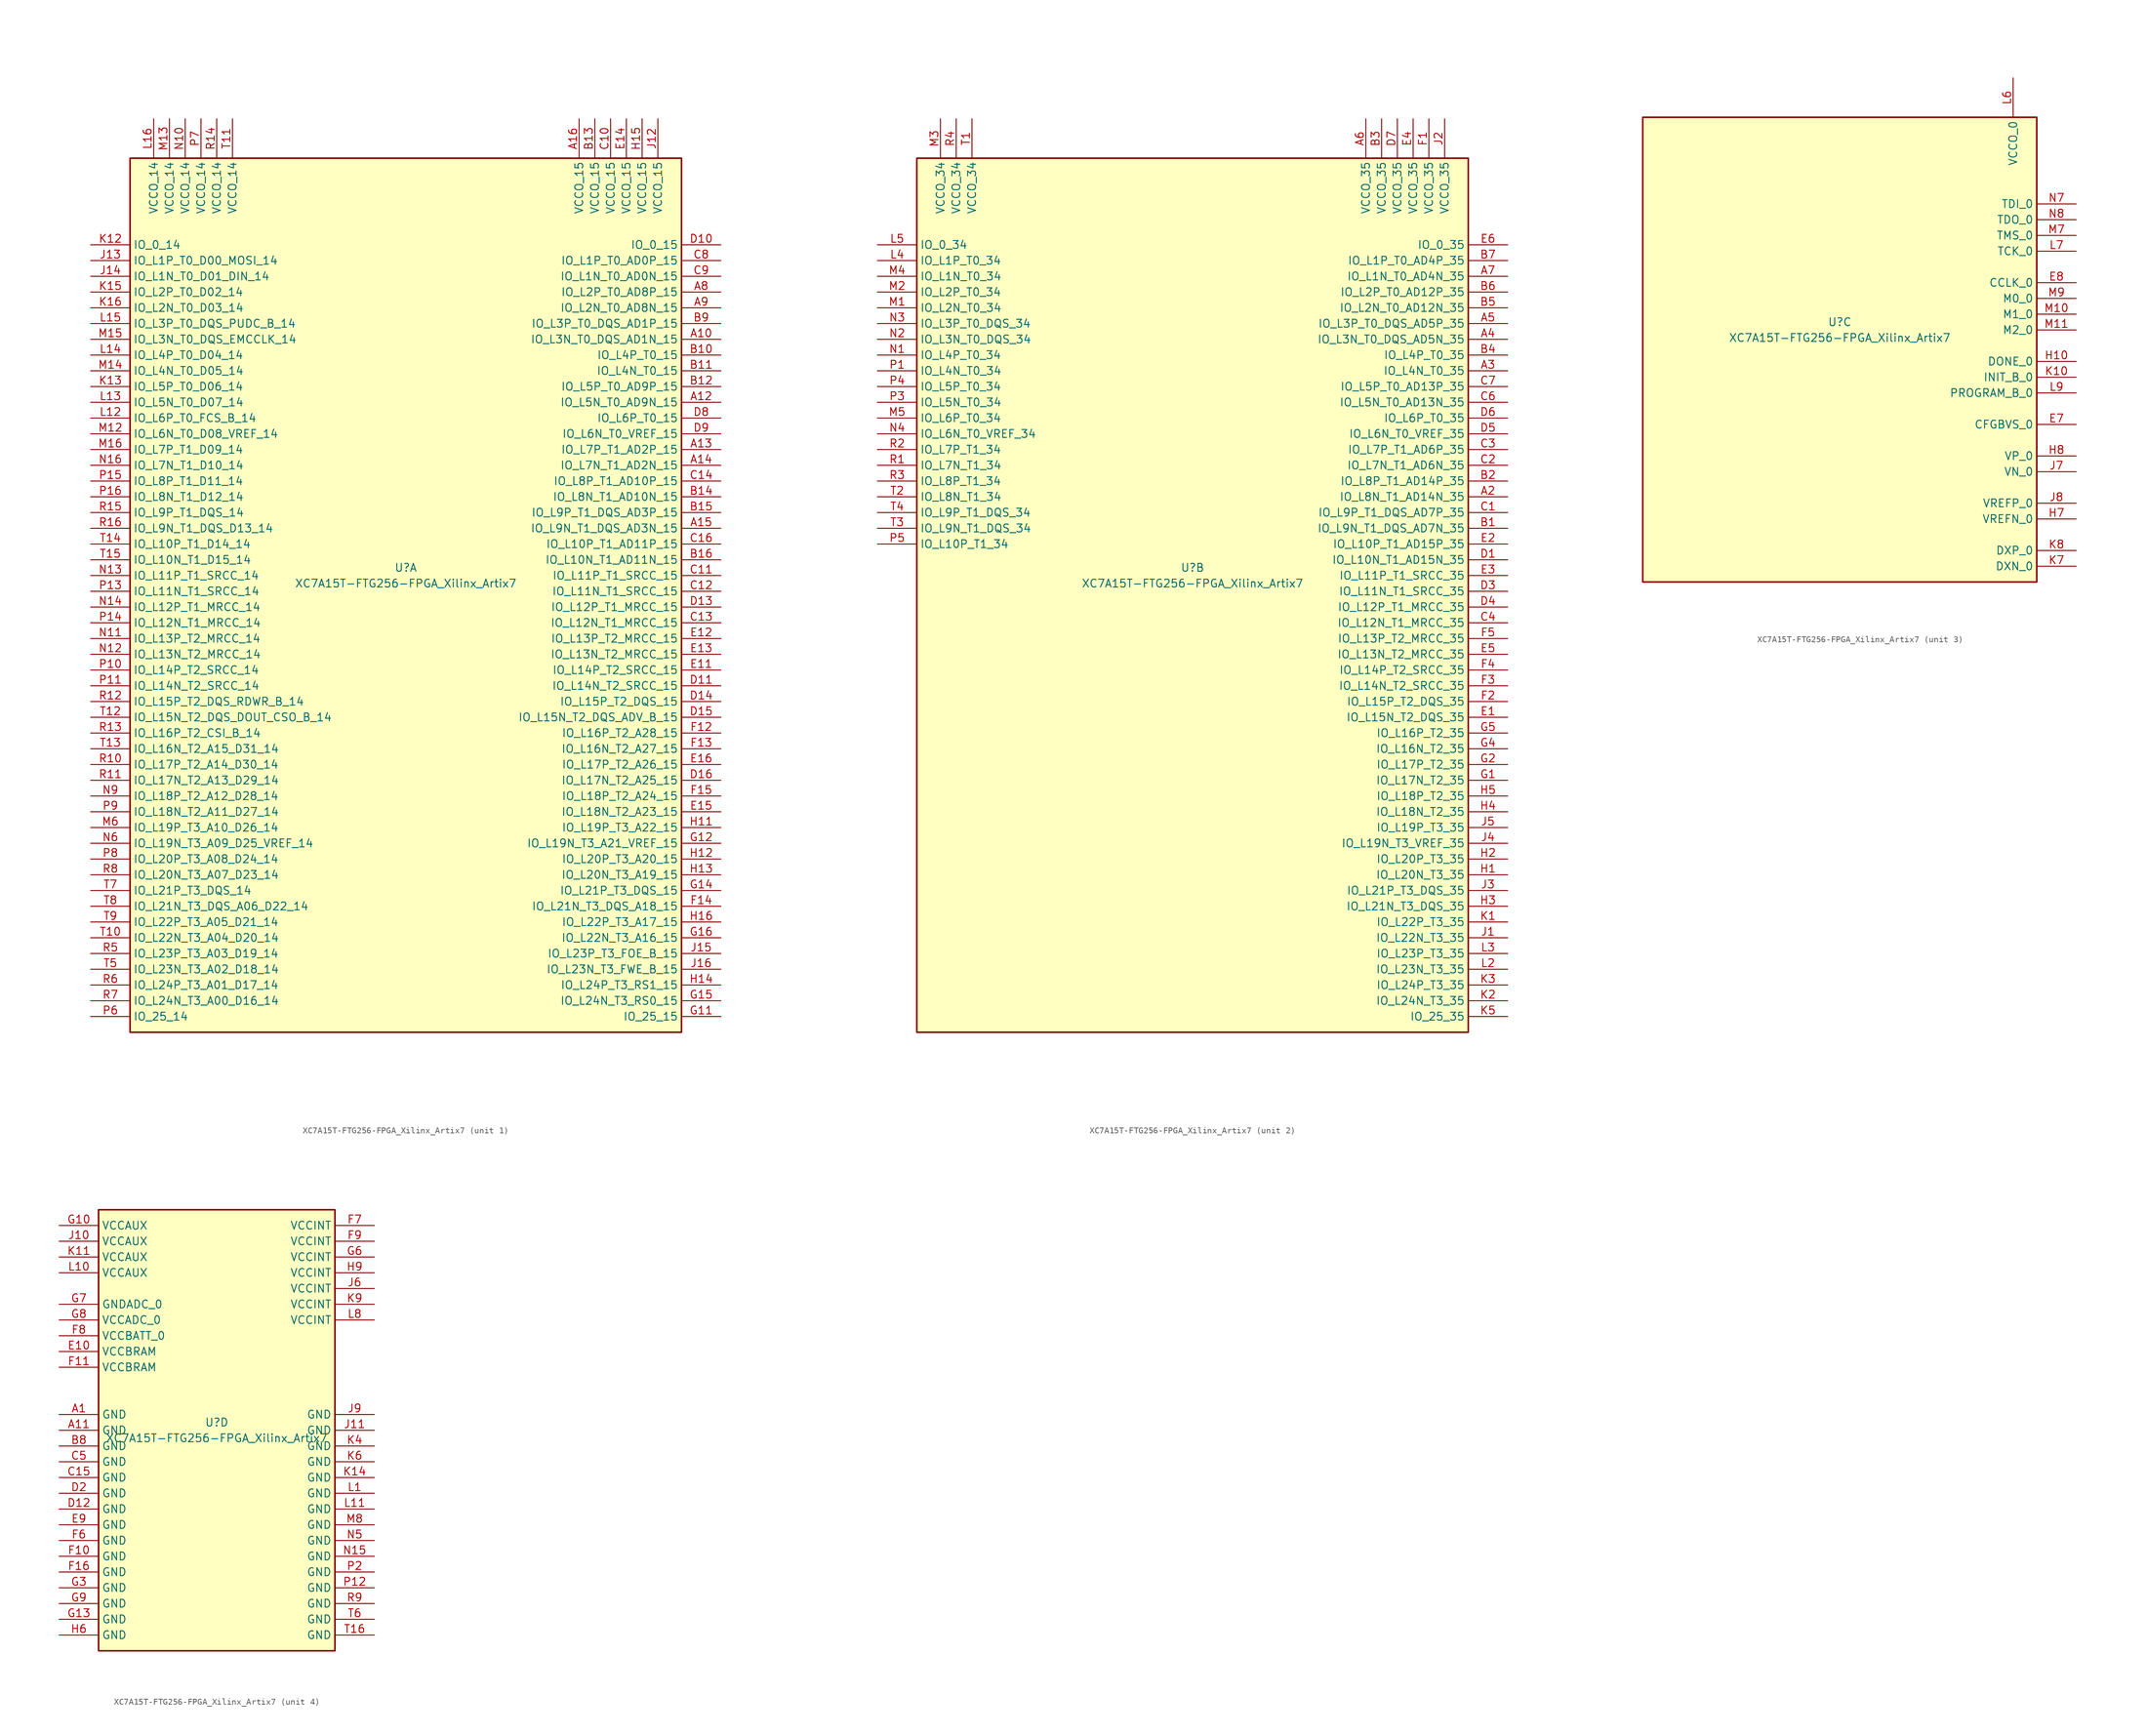
<source format=kicad_sym>
(kicad_symbol_lib
  (version 20200126)
  (host kicad_symbol_editor "(5.99.0-2809-gaceed2b0a4)")
  (symbol "LCD_Board-rescue:XC7A15T-FTG256-FPGA_Xilinx_Artix7"
    (property "Reference" "U"
      (at 0 1.27 0)
      (effects (font (size 1.27 1.27))))
    (property "Value" "XC7A15T-FTG256-FPGA_Xilinx_Artix7"
      (at 0 -1.27 0)
      (effects (font (size 1.27 1.27))))
    (property "Datasheet" ""
      (at 0 0 0)
      (effects (font (size 1.27 1.27))))
    (property "ki_locked" ""
      (at 0 0 0)
      (effects (font (size 1.27 1.27))))
    (symbol "XC7A15T-FTG256-FPGA_Xilinx_Artix7_1_1"
      (rectangle (start -44.45 67.31) (end 44.45 -73.66) (stroke (width 0.254)) (fill (type background)))
      (pin bidirectional line (at 50.8 38.1 180) (length 6.35) (name "IO_L3N_T0_DQS_AD1N_15" (effects (font (size 1.27 1.27)))) (number "A10" (effects (font (size 1.27 1.27)))))
      (pin bidirectional line (at 50.8 27.94 180) (length 6.35) (name "IO_L5N_T0_AD9N_15" (effects (font (size 1.27 1.27)))) (number "A12" (effects (font (size 1.27 1.27)))))
      (pin bidirectional line (at 50.8 20.32 180) (length 6.35) (name "IO_L7P_T1_AD2P_15" (effects (font (size 1.27 1.27)))) (number "A13" (effects (font (size 1.27 1.27)))))
      (pin bidirectional line (at 50.8 17.78 180) (length 6.35) (name "IO_L7N_T1_AD2N_15" (effects (font (size 1.27 1.27)))) (number "A14" (effects (font (size 1.27 1.27)))))
      (pin bidirectional line (at 50.8 7.62 180) (length 6.35) (name "IO_L9N_T1_DQS_AD3N_15" (effects (font (size 1.27 1.27)))) (number "A15" (effects (font (size 1.27 1.27)))))
      (pin power_in line (at 27.94 73.66 270) (length 6.35) (name "VCCO_15" (effects (font (size 1.27 1.27)))) (number "A16" (effects (font (size 1.27 1.27)))))
      (pin bidirectional line (at 50.8 45.72 180) (length 6.35) (name "IO_L2P_T0_AD8P_15" (effects (font (size 1.27 1.27)))) (number "A8" (effects (font (size 1.27 1.27)))))
      (pin bidirectional line (at 50.8 43.18 180) (length 6.35) (name "IO_L2N_T0_AD8N_15" (effects (font (size 1.27 1.27)))) (number "A9" (effects (font (size 1.27 1.27)))))
      (pin bidirectional line (at 50.8 35.56 180) (length 6.35) (name "IO_L4P_T0_15" (effects (font (size 1.27 1.27)))) (number "B10" (effects (font (size 1.27 1.27)))))
      (pin bidirectional line (at 50.8 33.02 180) (length 6.35) (name "IO_L4N_T0_15" (effects (font (size 1.27 1.27)))) (number "B11" (effects (font (size 1.27 1.27)))))
      (pin bidirectional line (at 50.8 30.48 180) (length 6.35) (name "IO_L5P_T0_AD9P_15" (effects (font (size 1.27 1.27)))) (number "B12" (effects (font (size 1.27 1.27)))))
      (pin power_in line (at 30.48 73.66 270) (length 6.35) (name "VCCO_15" (effects (font (size 1.27 1.27)))) (number "B13" (effects (font (size 1.27 1.27)))))
      (pin bidirectional line (at 50.8 12.7 180) (length 6.35) (name "IO_L8N_T1_AD10N_15" (effects (font (size 1.27 1.27)))) (number "B14" (effects (font (size 1.27 1.27)))))
      (pin bidirectional line (at 50.8 10.16 180) (length 6.35) (name "IO_L9P_T1_DQS_AD3P_15" (effects (font (size 1.27 1.27)))) (number "B15" (effects (font (size 1.27 1.27)))))
      (pin bidirectional line (at 50.8 2.54 180) (length 6.35) (name "IO_L10N_T1_AD11N_15" (effects (font (size 1.27 1.27)))) (number "B16" (effects (font (size 1.27 1.27)))))
      (pin bidirectional line (at 50.8 40.64 180) (length 6.35) (name "IO_L3P_T0_DQS_AD1P_15" (effects (font (size 1.27 1.27)))) (number "B9" (effects (font (size 1.27 1.27)))))
      (pin power_in line (at 33.02 73.66 270) (length 6.35) (name "VCCO_15" (effects (font (size 1.27 1.27)))) (number "C10" (effects (font (size 1.27 1.27)))))
      (pin bidirectional line (at 50.8 0 180) (length 6.35) (name "IO_L11P_T1_SRCC_15" (effects (font (size 1.27 1.27)))) (number "C11" (effects (font (size 1.27 1.27)))))
      (pin bidirectional line (at 50.8 -2.54 180) (length 6.35) (name "IO_L11N_T1_SRCC_15" (effects (font (size 1.27 1.27)))) (number "C12" (effects (font (size 1.27 1.27)))))
      (pin bidirectional line (at 50.8 -7.62 180) (length 6.35) (name "IO_L12N_T1_MRCC_15" (effects (font (size 1.27 1.27)))) (number "C13" (effects (font (size 1.27 1.27)))))
      (pin bidirectional line (at 50.8 15.24 180) (length 6.35) (name "IO_L8P_T1_AD10P_15" (effects (font (size 1.27 1.27)))) (number "C14" (effects (font (size 1.27 1.27)))))
      (pin bidirectional line (at 50.8 5.08 180) (length 6.35) (name "IO_L10P_T1_AD11P_15" (effects (font (size 1.27 1.27)))) (number "C16" (effects (font (size 1.27 1.27)))))
      (pin bidirectional line (at 50.8 50.8 180) (length 6.35) (name "IO_L1P_T0_AD0P_15" (effects (font (size 1.27 1.27)))) (number "C8" (effects (font (size 1.27 1.27)))))
      (pin bidirectional line (at 50.8 48.26 180) (length 6.35) (name "IO_L1N_T0_AD0N_15" (effects (font (size 1.27 1.27)))) (number "C9" (effects (font (size 1.27 1.27)))))
      (pin bidirectional line (at 50.8 53.34 180) (length 6.35) (name "IO_0_15" (effects (font (size 1.27 1.27)))) (number "D10" (effects (font (size 1.27 1.27)))))
      (pin bidirectional line (at 50.8 -17.78 180) (length 6.35) (name "IO_L14N_T2_SRCC_15" (effects (font (size 1.27 1.27)))) (number "D11" (effects (font (size 1.27 1.27)))))
      (pin bidirectional line (at 50.8 -5.08 180) (length 6.35) (name "IO_L12P_T1_MRCC_15" (effects (font (size 1.27 1.27)))) (number "D13" (effects (font (size 1.27 1.27)))))
      (pin bidirectional line (at 50.8 -20.32 180) (length 6.35) (name "IO_L15P_T2_DQS_15" (effects (font (size 1.27 1.27)))) (number "D14" (effects (font (size 1.27 1.27)))))
      (pin bidirectional line (at 50.8 -22.86 180) (length 6.35) (name "IO_L15N_T2_DQS_ADV_B_15" (effects (font (size 1.27 1.27)))) (number "D15" (effects (font (size 1.27 1.27)))))
      (pin bidirectional line (at 50.8 -33.02 180) (length 6.35) (name "IO_L17N_T2_A25_15" (effects (font (size 1.27 1.27)))) (number "D16" (effects (font (size 1.27 1.27)))))
      (pin bidirectional line (at 50.8 25.4 180) (length 6.35) (name "IO_L6P_T0_15" (effects (font (size 1.27 1.27)))) (number "D8" (effects (font (size 1.27 1.27)))))
      (pin bidirectional line (at 50.8 22.86 180) (length 6.35) (name "IO_L6N_T0_VREF_15" (effects (font (size 1.27 1.27)))) (number "D9" (effects (font (size 1.27 1.27)))))
      (pin bidirectional line (at 50.8 -15.24 180) (length 6.35) (name "IO_L14P_T2_SRCC_15" (effects (font (size 1.27 1.27)))) (number "E11" (effects (font (size 1.27 1.27)))))
      (pin bidirectional line (at 50.8 -10.16 180) (length 6.35) (name "IO_L13P_T2_MRCC_15" (effects (font (size 1.27 1.27)))) (number "E12" (effects (font (size 1.27 1.27)))))
      (pin bidirectional line (at 50.8 -12.7 180) (length 6.35) (name "IO_L13N_T2_MRCC_15" (effects (font (size 1.27 1.27)))) (number "E13" (effects (font (size 1.27 1.27)))))
      (pin power_in line (at 35.56 73.66 270) (length 6.35) (name "VCCO_15" (effects (font (size 1.27 1.27)))) (number "E14" (effects (font (size 1.27 1.27)))))
      (pin bidirectional line (at 50.8 -38.1 180) (length 6.35) (name "IO_L18N_T2_A23_15" (effects (font (size 1.27 1.27)))) (number "E15" (effects (font (size 1.27 1.27)))))
      (pin bidirectional line (at 50.8 -30.48 180) (length 6.35) (name "IO_L17P_T2_A26_15" (effects (font (size 1.27 1.27)))) (number "E16" (effects (font (size 1.27 1.27)))))
      (pin bidirectional line (at 50.8 -25.4 180) (length 6.35) (name "IO_L16P_T2_A28_15" (effects (font (size 1.27 1.27)))) (number "F12" (effects (font (size 1.27 1.27)))))
      (pin bidirectional line (at 50.8 -27.94 180) (length 6.35) (name "IO_L16N_T2_A27_15" (effects (font (size 1.27 1.27)))) (number "F13" (effects (font (size 1.27 1.27)))))
      (pin bidirectional line (at 50.8 -53.34 180) (length 6.35) (name "IO_L21N_T3_DQS_A18_15" (effects (font (size 1.27 1.27)))) (number "F14" (effects (font (size 1.27 1.27)))))
      (pin bidirectional line (at 50.8 -35.56 180) (length 6.35) (name "IO_L18P_T2_A24_15" (effects (font (size 1.27 1.27)))) (number "F15" (effects (font (size 1.27 1.27)))))
      (pin bidirectional line (at 50.8 -71.12 180) (length 6.35) (name "IO_25_15" (effects (font (size 1.27 1.27)))) (number "G11" (effects (font (size 1.27 1.27)))))
      (pin bidirectional line (at 50.8 -43.18 180) (length 6.35) (name "IO_L19N_T3_A21_VREF_15" (effects (font (size 1.27 1.27)))) (number "G12" (effects (font (size 1.27 1.27)))))
      (pin bidirectional line (at 50.8 -50.8 180) (length 6.35) (name "IO_L21P_T3_DQS_15" (effects (font (size 1.27 1.27)))) (number "G14" (effects (font (size 1.27 1.27)))))
      (pin bidirectional line (at 50.8 -68.58 180) (length 6.35) (name "IO_L24N_T3_RS0_15" (effects (font (size 1.27 1.27)))) (number "G15" (effects (font (size 1.27 1.27)))))
      (pin bidirectional line (at 50.8 -58.42 180) (length 6.35) (name "IO_L22N_T3_A16_15" (effects (font (size 1.27 1.27)))) (number "G16" (effects (font (size 1.27 1.27)))))
      (pin bidirectional line (at 50.8 -40.64 180) (length 6.35) (name "IO_L19P_T3_A22_15" (effects (font (size 1.27 1.27)))) (number "H11" (effects (font (size 1.27 1.27)))))
      (pin bidirectional line (at 50.8 -45.72 180) (length 6.35) (name "IO_L20P_T3_A20_15" (effects (font (size 1.27 1.27)))) (number "H12" (effects (font (size 1.27 1.27)))))
      (pin bidirectional line (at 50.8 -48.26 180) (length 6.35) (name "IO_L20N_T3_A19_15" (effects (font (size 1.27 1.27)))) (number "H13" (effects (font (size 1.27 1.27)))))
      (pin bidirectional line (at 50.8 -66.04 180) (length 6.35) (name "IO_L24P_T3_RS1_15" (effects (font (size 1.27 1.27)))) (number "H14" (effects (font (size 1.27 1.27)))))
      (pin power_in line (at 38.1 73.66 270) (length 6.35) (name "VCCO_15" (effects (font (size 1.27 1.27)))) (number "H15" (effects (font (size 1.27 1.27)))))
      (pin bidirectional line (at 50.8 -55.88 180) (length 6.35) (name "IO_L22P_T3_A17_15" (effects (font (size 1.27 1.27)))) (number "H16" (effects (font (size 1.27 1.27)))))
      (pin power_in line (at 40.64 73.66 270) (length 6.35) (name "VCCO_15" (effects (font (size 1.27 1.27)))) (number "J12" (effects (font (size 1.27 1.27)))))
      (pin bidirectional line (at -50.8 50.8 0) (length 6.35) (name "IO_L1P_T0_D00_MOSI_14" (effects (font (size 1.27 1.27)))) (number "J13" (effects (font (size 1.27 1.27)))))
      (pin bidirectional line (at -50.8 48.26 0) (length 6.35) (name "IO_L1N_T0_D01_DIN_14" (effects (font (size 1.27 1.27)))) (number "J14" (effects (font (size 1.27 1.27)))))
      (pin bidirectional line (at 50.8 -60.96 180) (length 6.35) (name "IO_L23P_T3_FOE_B_15" (effects (font (size 1.27 1.27)))) (number "J15" (effects (font (size 1.27 1.27)))))
      (pin bidirectional line (at 50.8 -63.5 180) (length 6.35) (name "IO_L23N_T3_FWE_B_15" (effects (font (size 1.27 1.27)))) (number "J16" (effects (font (size 1.27 1.27)))))
      (pin bidirectional line (at -50.8 53.34 0) (length 6.35) (name "IO_0_14" (effects (font (size 1.27 1.27)))) (number "K12" (effects (font (size 1.27 1.27)))))
      (pin bidirectional line (at -50.8 30.48 0) (length 6.35) (name "IO_L5P_T0_D06_14" (effects (font (size 1.27 1.27)))) (number "K13" (effects (font (size 1.27 1.27)))))
      (pin bidirectional line (at -50.8 45.72 0) (length 6.35) (name "IO_L2P_T0_D02_14" (effects (font (size 1.27 1.27)))) (number "K15" (effects (font (size 1.27 1.27)))))
      (pin bidirectional line (at -50.8 43.18 0) (length 6.35) (name "IO_L2N_T0_D03_14" (effects (font (size 1.27 1.27)))) (number "K16" (effects (font (size 1.27 1.27)))))
      (pin bidirectional line (at -50.8 25.4 0) (length 6.35) (name "IO_L6P_T0_FCS_B_14" (effects (font (size 1.27 1.27)))) (number "L12" (effects (font (size 1.27 1.27)))))
      (pin bidirectional line (at -50.8 27.94 0) (length 6.35) (name "IO_L5N_T0_D07_14" (effects (font (size 1.27 1.27)))) (number "L13" (effects (font (size 1.27 1.27)))))
      (pin bidirectional line (at -50.8 35.56 0) (length 6.35) (name "IO_L4P_T0_D04_14" (effects (font (size 1.27 1.27)))) (number "L14" (effects (font (size 1.27 1.27)))))
      (pin bidirectional line (at -50.8 40.64 0) (length 6.35) (name "IO_L3P_T0_DQS_PUDC_B_14" (effects (font (size 1.27 1.27)))) (number "L15" (effects (font (size 1.27 1.27)))))
      (pin power_in line (at -40.64 73.66 270) (length 6.35) (name "VCCO_14" (effects (font (size 1.27 1.27)))) (number "L16" (effects (font (size 1.27 1.27)))))
      (pin bidirectional line (at -50.8 22.86 0) (length 6.35) (name "IO_L6N_T0_D08_VREF_14" (effects (font (size 1.27 1.27)))) (number "M12" (effects (font (size 1.27 1.27)))))
      (pin power_in line (at -38.1 73.66 270) (length 6.35) (name "VCCO_14" (effects (font (size 1.27 1.27)))) (number "M13" (effects (font (size 1.27 1.27)))))
      (pin bidirectional line (at -50.8 33.02 0) (length 6.35) (name "IO_L4N_T0_D05_14" (effects (font (size 1.27 1.27)))) (number "M14" (effects (font (size 1.27 1.27)))))
      (pin bidirectional line (at -50.8 38.1 0) (length 6.35) (name "IO_L3N_T0_DQS_EMCCLK_14" (effects (font (size 1.27 1.27)))) (number "M15" (effects (font (size 1.27 1.27)))))
      (pin bidirectional line (at -50.8 20.32 0) (length 6.35) (name "IO_L7P_T1_D09_14" (effects (font (size 1.27 1.27)))) (number "M16" (effects (font (size 1.27 1.27)))))
      (pin bidirectional line (at -50.8 -40.64 0) (length 6.35) (name "IO_L19P_T3_A10_D26_14" (effects (font (size 1.27 1.27)))) (number "M6" (effects (font (size 1.27 1.27)))))
      (pin power_in line (at -35.56 73.66 270) (length 6.35) (name "VCCO_14" (effects (font (size 1.27 1.27)))) (number "N10" (effects (font (size 1.27 1.27)))))
      (pin bidirectional line (at -50.8 -10.16 0) (length 6.35) (name "IO_L13P_T2_MRCC_14" (effects (font (size 1.27 1.27)))) (number "N11" (effects (font (size 1.27 1.27)))))
      (pin bidirectional line (at -50.8 -12.7 0) (length 6.35) (name "IO_L13N_T2_MRCC_14" (effects (font (size 1.27 1.27)))) (number "N12" (effects (font (size 1.27 1.27)))))
      (pin bidirectional line (at -50.8 0 0) (length 6.35) (name "IO_L11P_T1_SRCC_14" (effects (font (size 1.27 1.27)))) (number "N13" (effects (font (size 1.27 1.27)))))
      (pin bidirectional line (at -50.8 -5.08 0) (length 6.35) (name "IO_L12P_T1_MRCC_14" (effects (font (size 1.27 1.27)))) (number "N14" (effects (font (size 1.27 1.27)))))
      (pin bidirectional line (at -50.8 17.78 0) (length 6.35) (name "IO_L7N_T1_D10_14" (effects (font (size 1.27 1.27)))) (number "N16" (effects (font (size 1.27 1.27)))))
      (pin bidirectional line (at -50.8 -43.18 0) (length 6.35) (name "IO_L19N_T3_A09_D25_VREF_14" (effects (font (size 1.27 1.27)))) (number "N6" (effects (font (size 1.27 1.27)))))
      (pin bidirectional line (at -50.8 -35.56 0) (length 6.35) (name "IO_L18P_T2_A12_D28_14" (effects (font (size 1.27 1.27)))) (number "N9" (effects (font (size 1.27 1.27)))))
      (pin bidirectional line (at -50.8 -15.24 0) (length 6.35) (name "IO_L14P_T2_SRCC_14" (effects (font (size 1.27 1.27)))) (number "P10" (effects (font (size 1.27 1.27)))))
      (pin bidirectional line (at -50.8 -17.78 0) (length 6.35) (name "IO_L14N_T2_SRCC_14" (effects (font (size 1.27 1.27)))) (number "P11" (effects (font (size 1.27 1.27)))))
      (pin bidirectional line (at -50.8 -2.54 0) (length 6.35) (name "IO_L11N_T1_SRCC_14" (effects (font (size 1.27 1.27)))) (number "P13" (effects (font (size 1.27 1.27)))))
      (pin bidirectional line (at -50.8 -7.62 0) (length 6.35) (name "IO_L12N_T1_MRCC_14" (effects (font (size 1.27 1.27)))) (number "P14" (effects (font (size 1.27 1.27)))))
      (pin bidirectional line (at -50.8 15.24 0) (length 6.35) (name "IO_L8P_T1_D11_14" (effects (font (size 1.27 1.27)))) (number "P15" (effects (font (size 1.27 1.27)))))
      (pin bidirectional line (at -50.8 12.7 0) (length 6.35) (name "IO_L8N_T1_D12_14" (effects (font (size 1.27 1.27)))) (number "P16" (effects (font (size 1.27 1.27)))))
      (pin bidirectional line (at -50.8 -71.12 0) (length 6.35) (name "IO_25_14" (effects (font (size 1.27 1.27)))) (number "P6" (effects (font (size 1.27 1.27)))))
      (pin power_in line (at -33.02 73.66 270) (length 6.35) (name "VCCO_14" (effects (font (size 1.27 1.27)))) (number "P7" (effects (font (size 1.27 1.27)))))
      (pin bidirectional line (at -50.8 -45.72 0) (length 6.35) (name "IO_L20P_T3_A08_D24_14" (effects (font (size 1.27 1.27)))) (number "P8" (effects (font (size 1.27 1.27)))))
      (pin bidirectional line (at -50.8 -38.1 0) (length 6.35) (name "IO_L18N_T2_A11_D27_14" (effects (font (size 1.27 1.27)))) (number "P9" (effects (font (size 1.27 1.27)))))
      (pin bidirectional line (at -50.8 -30.48 0) (length 6.35) (name "IO_L17P_T2_A14_D30_14" (effects (font (size 1.27 1.27)))) (number "R10" (effects (font (size 1.27 1.27)))))
      (pin bidirectional line (at -50.8 -33.02 0) (length 6.35) (name "IO_L17N_T2_A13_D29_14" (effects (font (size 1.27 1.27)))) (number "R11" (effects (font (size 1.27 1.27)))))
      (pin bidirectional line (at -50.8 -20.32 0) (length 6.35) (name "IO_L15P_T2_DQS_RDWR_B_14" (effects (font (size 1.27 1.27)))) (number "R12" (effects (font (size 1.27 1.27)))))
      (pin bidirectional line (at -50.8 -25.4 0) (length 6.35) (name "IO_L16P_T2_CSI_B_14" (effects (font (size 1.27 1.27)))) (number "R13" (effects (font (size 1.27 1.27)))))
      (pin power_in line (at -30.48 73.66 270) (length 6.35) (name "VCCO_14" (effects (font (size 1.27 1.27)))) (number "R14" (effects (font (size 1.27 1.27)))))
      (pin bidirectional line (at -50.8 10.16 0) (length 6.35) (name "IO_L9P_T1_DQS_14" (effects (font (size 1.27 1.27)))) (number "R15" (effects (font (size 1.27 1.27)))))
      (pin bidirectional line (at -50.8 7.62 0) (length 6.35) (name "IO_L9N_T1_DQS_D13_14" (effects (font (size 1.27 1.27)))) (number "R16" (effects (font (size 1.27 1.27)))))
      (pin bidirectional line (at -50.8 -60.96 0) (length 6.35) (name "IO_L23P_T3_A03_D19_14" (effects (font (size 1.27 1.27)))) (number "R5" (effects (font (size 1.27 1.27)))))
      (pin bidirectional line (at -50.8 -66.04 0) (length 6.35) (name "IO_L24P_T3_A01_D17_14" (effects (font (size 1.27 1.27)))) (number "R6" (effects (font (size 1.27 1.27)))))
      (pin bidirectional line (at -50.8 -68.58 0) (length 6.35) (name "IO_L24N_T3_A00_D16_14" (effects (font (size 1.27 1.27)))) (number "R7" (effects (font (size 1.27 1.27)))))
      (pin bidirectional line (at -50.8 -48.26 0) (length 6.35) (name "IO_L20N_T3_A07_D23_14" (effects (font (size 1.27 1.27)))) (number "R8" (effects (font (size 1.27 1.27)))))
      (pin bidirectional line (at -50.8 -58.42 0) (length 6.35) (name "IO_L22N_T3_A04_D20_14" (effects (font (size 1.27 1.27)))) (number "T10" (effects (font (size 1.27 1.27)))))
      (pin power_in line (at -27.94 73.66 270) (length 6.35) (name "VCCO_14" (effects (font (size 1.27 1.27)))) (number "T11" (effects (font (size 1.27 1.27)))))
      (pin bidirectional line (at -50.8 -22.86 0) (length 6.35) (name "IO_L15N_T2_DQS_DOUT_CSO_B_14" (effects (font (size 1.27 1.27)))) (number "T12" (effects (font (size 1.27 1.27)))))
      (pin bidirectional line (at -50.8 -27.94 0) (length 6.35) (name "IO_L16N_T2_A15_D31_14" (effects (font (size 1.27 1.27)))) (number "T13" (effects (font (size 1.27 1.27)))))
      (pin bidirectional line (at -50.8 5.08 0) (length 6.35) (name "IO_L10P_T1_D14_14" (effects (font (size 1.27 1.27)))) (number "T14" (effects (font (size 1.27 1.27)))))
      (pin bidirectional line (at -50.8 2.54 0) (length 6.35) (name "IO_L10N_T1_D15_14" (effects (font (size 1.27 1.27)))) (number "T15" (effects (font (size 1.27 1.27)))))
      (pin bidirectional line (at -50.8 -63.5 0) (length 6.35) (name "IO_L23N_T3_A02_D18_14" (effects (font (size 1.27 1.27)))) (number "T5" (effects (font (size 1.27 1.27)))))
      (pin bidirectional line (at -50.8 -50.8 0) (length 6.35) (name "IO_L21P_T3_DQS_14" (effects (font (size 1.27 1.27)))) (number "T7" (effects (font (size 1.27 1.27)))))
      (pin bidirectional line (at -50.8 -53.34 0) (length 6.35) (name "IO_L21N_T3_DQS_A06_D22_14" (effects (font (size 1.27 1.27)))) (number "T8" (effects (font (size 1.27 1.27)))))
      (pin bidirectional line (at -50.8 -55.88 0) (length 6.35) (name "IO_L22P_T3_A05_D21_14" (effects (font (size 1.27 1.27)))) (number "T9" (effects (font (size 1.27 1.27))))))
    (symbol "XC7A15T-FTG256-FPGA_Xilinx_Artix7_2_1"
      (rectangle (start -44.45 67.31) (end 44.45 -73.66) (stroke (width 0.254)) (fill (type background)))
      (pin bidirectional line (at 50.8 12.7 180) (length 6.35) (name "IO_L8N_T1_AD14N_35" (effects (font (size 1.27 1.27)))) (number "A2" (effects (font (size 1.27 1.27)))))
      (pin bidirectional line (at 50.8 33.02 180) (length 6.35) (name "IO_L4N_T0_35" (effects (font (size 1.27 1.27)))) (number "A3" (effects (font (size 1.27 1.27)))))
      (pin bidirectional line (at 50.8 38.1 180) (length 6.35) (name "IO_L3N_T0_DQS_AD5N_35" (effects (font (size 1.27 1.27)))) (number "A4" (effects (font (size 1.27 1.27)))))
      (pin bidirectional line (at 50.8 40.64 180) (length 6.35) (name "IO_L3P_T0_DQS_AD5P_35" (effects (font (size 1.27 1.27)))) (number "A5" (effects (font (size 1.27 1.27)))))
      (pin power_in line (at 27.94 73.66 270) (length 6.35) (name "VCCO_35" (effects (font (size 1.27 1.27)))) (number "A6" (effects (font (size 1.27 1.27)))))
      (pin bidirectional line (at 50.8 48.26 180) (length 6.35) (name "IO_L1N_T0_AD4N_35" (effects (font (size 1.27 1.27)))) (number "A7" (effects (font (size 1.27 1.27)))))
      (pin bidirectional line (at 50.8 7.62 180) (length 6.35) (name "IO_L9N_T1_DQS_AD7N_35" (effects (font (size 1.27 1.27)))) (number "B1" (effects (font (size 1.27 1.27)))))
      (pin bidirectional line (at 50.8 15.24 180) (length 6.35) (name "IO_L8P_T1_AD14P_35" (effects (font (size 1.27 1.27)))) (number "B2" (effects (font (size 1.27 1.27)))))
      (pin power_in line (at 30.48 73.66 270) (length 6.35) (name "VCCO_35" (effects (font (size 1.27 1.27)))) (number "B3" (effects (font (size 1.27 1.27)))))
      (pin bidirectional line (at 50.8 35.56 180) (length 6.35) (name "IO_L4P_T0_35" (effects (font (size 1.27 1.27)))) (number "B4" (effects (font (size 1.27 1.27)))))
      (pin bidirectional line (at 50.8 43.18 180) (length 6.35) (name "IO_L2N_T0_AD12N_35" (effects (font (size 1.27 1.27)))) (number "B5" (effects (font (size 1.27 1.27)))))
      (pin bidirectional line (at 50.8 45.72 180) (length 6.35) (name "IO_L2P_T0_AD12P_35" (effects (font (size 1.27 1.27)))) (number "B6" (effects (font (size 1.27 1.27)))))
      (pin bidirectional line (at 50.8 50.8 180) (length 6.35) (name "IO_L1P_T0_AD4P_35" (effects (font (size 1.27 1.27)))) (number "B7" (effects (font (size 1.27 1.27)))))
      (pin bidirectional line (at 50.8 10.16 180) (length 6.35) (name "IO_L9P_T1_DQS_AD7P_35" (effects (font (size 1.27 1.27)))) (number "C1" (effects (font (size 1.27 1.27)))))
      (pin bidirectional line (at 50.8 17.78 180) (length 6.35) (name "IO_L7N_T1_AD6N_35" (effects (font (size 1.27 1.27)))) (number "C2" (effects (font (size 1.27 1.27)))))
      (pin bidirectional line (at 50.8 20.32 180) (length 6.35) (name "IO_L7P_T1_AD6P_35" (effects (font (size 1.27 1.27)))) (number "C3" (effects (font (size 1.27 1.27)))))
      (pin bidirectional line (at 50.8 -7.62 180) (length 6.35) (name "IO_L12N_T1_MRCC_35" (effects (font (size 1.27 1.27)))) (number "C4" (effects (font (size 1.27 1.27)))))
      (pin bidirectional line (at 50.8 27.94 180) (length 6.35) (name "IO_L5N_T0_AD13N_35" (effects (font (size 1.27 1.27)))) (number "C6" (effects (font (size 1.27 1.27)))))
      (pin bidirectional line (at 50.8 30.48 180) (length 6.35) (name "IO_L5P_T0_AD13P_35" (effects (font (size 1.27 1.27)))) (number "C7" (effects (font (size 1.27 1.27)))))
      (pin bidirectional line (at 50.8 2.54 180) (length 6.35) (name "IO_L10N_T1_AD15N_35" (effects (font (size 1.27 1.27)))) (number "D1" (effects (font (size 1.27 1.27)))))
      (pin bidirectional line (at 50.8 -2.54 180) (length 6.35) (name "IO_L11N_T1_SRCC_35" (effects (font (size 1.27 1.27)))) (number "D3" (effects (font (size 1.27 1.27)))))
      (pin bidirectional line (at 50.8 -5.08 180) (length 6.35) (name "IO_L12P_T1_MRCC_35" (effects (font (size 1.27 1.27)))) (number "D4" (effects (font (size 1.27 1.27)))))
      (pin bidirectional line (at 50.8 22.86 180) (length 6.35) (name "IO_L6N_T0_VREF_35" (effects (font (size 1.27 1.27)))) (number "D5" (effects (font (size 1.27 1.27)))))
      (pin bidirectional line (at 50.8 25.4 180) (length 6.35) (name "IO_L6P_T0_35" (effects (font (size 1.27 1.27)))) (number "D6" (effects (font (size 1.27 1.27)))))
      (pin power_in line (at 33.02 73.66 270) (length 6.35) (name "VCCO_35" (effects (font (size 1.27 1.27)))) (number "D7" (effects (font (size 1.27 1.27)))))
      (pin bidirectional line (at 50.8 -22.86 180) (length 6.35) (name "IO_L15N_T2_DQS_35" (effects (font (size 1.27 1.27)))) (number "E1" (effects (font (size 1.27 1.27)))))
      (pin bidirectional line (at 50.8 5.08 180) (length 6.35) (name "IO_L10P_T1_AD15P_35" (effects (font (size 1.27 1.27)))) (number "E2" (effects (font (size 1.27 1.27)))))
      (pin bidirectional line (at 50.8 0 180) (length 6.35) (name "IO_L11P_T1_SRCC_35" (effects (font (size 1.27 1.27)))) (number "E3" (effects (font (size 1.27 1.27)))))
      (pin power_in line (at 35.56 73.66 270) (length 6.35) (name "VCCO_35" (effects (font (size 1.27 1.27)))) (number "E4" (effects (font (size 1.27 1.27)))))
      (pin bidirectional line (at 50.8 -12.7 180) (length 6.35) (name "IO_L13N_T2_MRCC_35" (effects (font (size 1.27 1.27)))) (number "E5" (effects (font (size 1.27 1.27)))))
      (pin bidirectional line (at 50.8 53.34 180) (length 6.35) (name "IO_0_35" (effects (font (size 1.27 1.27)))) (number "E6" (effects (font (size 1.27 1.27)))))
      (pin power_in line (at 38.1 73.66 270) (length 6.35) (name "VCCO_35" (effects (font (size 1.27 1.27)))) (number "F1" (effects (font (size 1.27 1.27)))))
      (pin bidirectional line (at 50.8 -20.32 180) (length 6.35) (name "IO_L15P_T2_DQS_35" (effects (font (size 1.27 1.27)))) (number "F2" (effects (font (size 1.27 1.27)))))
      (pin bidirectional line (at 50.8 -17.78 180) (length 6.35) (name "IO_L14N_T2_SRCC_35" (effects (font (size 1.27 1.27)))) (number "F3" (effects (font (size 1.27 1.27)))))
      (pin bidirectional line (at 50.8 -15.24 180) (length 6.35) (name "IO_L14P_T2_SRCC_35" (effects (font (size 1.27 1.27)))) (number "F4" (effects (font (size 1.27 1.27)))))
      (pin bidirectional line (at 50.8 -10.16 180) (length 6.35) (name "IO_L13P_T2_MRCC_35" (effects (font (size 1.27 1.27)))) (number "F5" (effects (font (size 1.27 1.27)))))
      (pin bidirectional line (at 50.8 -33.02 180) (length 6.35) (name "IO_L17N_T2_35" (effects (font (size 1.27 1.27)))) (number "G1" (effects (font (size 1.27 1.27)))))
      (pin bidirectional line (at 50.8 -30.48 180) (length 6.35) (name "IO_L17P_T2_35" (effects (font (size 1.27 1.27)))) (number "G2" (effects (font (size 1.27 1.27)))))
      (pin bidirectional line (at 50.8 -27.94 180) (length 6.35) (name "IO_L16N_T2_35" (effects (font (size 1.27 1.27)))) (number "G4" (effects (font (size 1.27 1.27)))))
      (pin bidirectional line (at 50.8 -25.4 180) (length 6.35) (name "IO_L16P_T2_35" (effects (font (size 1.27 1.27)))) (number "G5" (effects (font (size 1.27 1.27)))))
      (pin bidirectional line (at 50.8 -48.26 180) (length 6.35) (name "IO_L20N_T3_35" (effects (font (size 1.27 1.27)))) (number "H1" (effects (font (size 1.27 1.27)))))
      (pin bidirectional line (at 50.8 -45.72 180) (length 6.35) (name "IO_L20P_T3_35" (effects (font (size 1.27 1.27)))) (number "H2" (effects (font (size 1.27 1.27)))))
      (pin bidirectional line (at 50.8 -53.34 180) (length 6.35) (name "IO_L21N_T3_DQS_35" (effects (font (size 1.27 1.27)))) (number "H3" (effects (font (size 1.27 1.27)))))
      (pin bidirectional line (at 50.8 -38.1 180) (length 6.35) (name "IO_L18N_T2_35" (effects (font (size 1.27 1.27)))) (number "H4" (effects (font (size 1.27 1.27)))))
      (pin bidirectional line (at 50.8 -35.56 180) (length 6.35) (name "IO_L18P_T2_35" (effects (font (size 1.27 1.27)))) (number "H5" (effects (font (size 1.27 1.27)))))
      (pin bidirectional line (at 50.8 -58.42 180) (length 6.35) (name "IO_L22N_T3_35" (effects (font (size 1.27 1.27)))) (number "J1" (effects (font (size 1.27 1.27)))))
      (pin power_in line (at 40.64 73.66 270) (length 6.35) (name "VCCO_35" (effects (font (size 1.27 1.27)))) (number "J2" (effects (font (size 1.27 1.27)))))
      (pin bidirectional line (at 50.8 -50.8 180) (length 6.35) (name "IO_L21P_T3_DQS_35" (effects (font (size 1.27 1.27)))) (number "J3" (effects (font (size 1.27 1.27)))))
      (pin bidirectional line (at 50.8 -43.18 180) (length 6.35) (name "IO_L19N_T3_VREF_35" (effects (font (size 1.27 1.27)))) (number "J4" (effects (font (size 1.27 1.27)))))
      (pin bidirectional line (at 50.8 -40.64 180) (length 6.35) (name "IO_L19P_T3_35" (effects (font (size 1.27 1.27)))) (number "J5" (effects (font (size 1.27 1.27)))))
      (pin bidirectional line (at 50.8 -55.88 180) (length 6.35) (name "IO_L22P_T3_35" (effects (font (size 1.27 1.27)))) (number "K1" (effects (font (size 1.27 1.27)))))
      (pin bidirectional line (at 50.8 -68.58 180) (length 6.35) (name "IO_L24N_T3_35" (effects (font (size 1.27 1.27)))) (number "K2" (effects (font (size 1.27 1.27)))))
      (pin bidirectional line (at 50.8 -66.04 180) (length 6.35) (name "IO_L24P_T3_35" (effects (font (size 1.27 1.27)))) (number "K3" (effects (font (size 1.27 1.27)))))
      (pin bidirectional line (at 50.8 -71.12 180) (length 6.35) (name "IO_25_35" (effects (font (size 1.27 1.27)))) (number "K5" (effects (font (size 1.27 1.27)))))
      (pin bidirectional line (at 50.8 -63.5 180) (length 6.35) (name "IO_L23N_T3_35" (effects (font (size 1.27 1.27)))) (number "L2" (effects (font (size 1.27 1.27)))))
      (pin bidirectional line (at 50.8 -60.96 180) (length 6.35) (name "IO_L23P_T3_35" (effects (font (size 1.27 1.27)))) (number "L3" (effects (font (size 1.27 1.27)))))
      (pin bidirectional line (at -50.8 50.8 0) (length 6.35) (name "IO_L1P_T0_34" (effects (font (size 1.27 1.27)))) (number "L4" (effects (font (size 1.27 1.27)))))
      (pin bidirectional line (at -50.8 53.34 0) (length 6.35) (name "IO_0_34" (effects (font (size 1.27 1.27)))) (number "L5" (effects (font (size 1.27 1.27)))))
      (pin bidirectional line (at -50.8 43.18 0) (length 6.35) (name "IO_L2N_T0_34" (effects (font (size 1.27 1.27)))) (number "M1" (effects (font (size 1.27 1.27)))))
      (pin bidirectional line (at -50.8 45.72 0) (length 6.35) (name "IO_L2P_T0_34" (effects (font (size 1.27 1.27)))) (number "M2" (effects (font (size 1.27 1.27)))))
      (pin power_in line (at -40.64 73.66 270) (length 6.35) (name "VCCO_34" (effects (font (size 1.27 1.27)))) (number "M3" (effects (font (size 1.27 1.27)))))
      (pin bidirectional line (at -50.8 48.26 0) (length 6.35) (name "IO_L1N_T0_34" (effects (font (size 1.27 1.27)))) (number "M4" (effects (font (size 1.27 1.27)))))
      (pin bidirectional line (at -50.8 25.4 0) (length 6.35) (name "IO_L6P_T0_34" (effects (font (size 1.27 1.27)))) (number "M5" (effects (font (size 1.27 1.27)))))
      (pin bidirectional line (at -50.8 35.56 0) (length 6.35) (name "IO_L4P_T0_34" (effects (font (size 1.27 1.27)))) (number "N1" (effects (font (size 1.27 1.27)))))
      (pin bidirectional line (at -50.8 38.1 0) (length 6.35) (name "IO_L3N_T0_DQS_34" (effects (font (size 1.27 1.27)))) (number "N2" (effects (font (size 1.27 1.27)))))
      (pin bidirectional line (at -50.8 40.64 0) (length 6.35) (name "IO_L3P_T0_DQS_34" (effects (font (size 1.27 1.27)))) (number "N3" (effects (font (size 1.27 1.27)))))
      (pin bidirectional line (at -50.8 22.86 0) (length 6.35) (name "IO_L6N_T0_VREF_34" (effects (font (size 1.27 1.27)))) (number "N4" (effects (font (size 1.27 1.27)))))
      (pin bidirectional line (at -50.8 33.02 0) (length 6.35) (name "IO_L4N_T0_34" (effects (font (size 1.27 1.27)))) (number "P1" (effects (font (size 1.27 1.27)))))
      (pin bidirectional line (at -50.8 27.94 0) (length 6.35) (name "IO_L5N_T0_34" (effects (font (size 1.27 1.27)))) (number "P3" (effects (font (size 1.27 1.27)))))
      (pin bidirectional line (at -50.8 30.48 0) (length 6.35) (name "IO_L5P_T0_34" (effects (font (size 1.27 1.27)))) (number "P4" (effects (font (size 1.27 1.27)))))
      (pin bidirectional line (at -50.8 5.08 0) (length 6.35) (name "IO_L10P_T1_34" (effects (font (size 1.27 1.27)))) (number "P5" (effects (font (size 1.27 1.27)))))
      (pin bidirectional line (at -50.8 17.78 0) (length 6.35) (name "IO_L7N_T1_34" (effects (font (size 1.27 1.27)))) (number "R1" (effects (font (size 1.27 1.27)))))
      (pin bidirectional line (at -50.8 20.32 0) (length 6.35) (name "IO_L7P_T1_34" (effects (font (size 1.27 1.27)))) (number "R2" (effects (font (size 1.27 1.27)))))
      (pin bidirectional line (at -50.8 15.24 0) (length 6.35) (name "IO_L8P_T1_34" (effects (font (size 1.27 1.27)))) (number "R3" (effects (font (size 1.27 1.27)))))
      (pin power_in line (at -38.1 73.66 270) (length 6.35) (name "VCCO_34" (effects (font (size 1.27 1.27)))) (number "R4" (effects (font (size 1.27 1.27)))))
      (pin power_in line (at -35.56 73.66 270) (length 6.35) (name "VCCO_34" (effects (font (size 1.27 1.27)))) (number "T1" (effects (font (size 1.27 1.27)))))
      (pin bidirectional line (at -50.8 12.7 0) (length 6.35) (name "IO_L8N_T1_34" (effects (font (size 1.27 1.27)))) (number "T2" (effects (font (size 1.27 1.27)))))
      (pin bidirectional line (at -50.8 7.62 0) (length 6.35) (name "IO_L9N_T1_DQS_34" (effects (font (size 1.27 1.27)))) (number "T3" (effects (font (size 1.27 1.27)))))
      (pin bidirectional line (at -50.8 10.16 0) (length 6.35) (name "IO_L9P_T1_DQS_34" (effects (font (size 1.27 1.27)))) (number "T4" (effects (font (size 1.27 1.27))))))
    (symbol "XC7A15T-FTG256-FPGA_Xilinx_Artix7_3_1"
      (rectangle (start -31.75 34.29) (end 31.75 -40.64) (stroke (width 0.254)) (fill (type background)))
      (pin bidirectional line (at 38.1 -15.24 180) (length 6.35) (name "CFGBVS_0" (effects (font (size 1.27 1.27)))) (number "E7" (effects (font (size 1.27 1.27)))))
      (pin bidirectional line (at 38.1 7.62 180) (length 6.35) (name "CCLK_0" (effects (font (size 1.27 1.27)))) (number "E8" (effects (font (size 1.27 1.27)))))
      (pin bidirectional line (at 38.1 -5.08 180) (length 6.35) (name "DONE_0" (effects (font (size 1.27 1.27)))) (number "H10" (effects (font (size 1.27 1.27)))))
      (pin passive line (at 38.1 -30.48 180) (length 6.35) (name "VREFN_0" (effects (font (size 1.27 1.27)))) (number "H7" (effects (font (size 1.27 1.27)))))
      (pin passive line (at 38.1 -20.32 180) (length 6.35) (name "VP_0" (effects (font (size 1.27 1.27)))) (number "H8" (effects (font (size 1.27 1.27)))))
      (pin passive line (at 38.1 -22.86 180) (length 6.35) (name "VN_0" (effects (font (size 1.27 1.27)))) (number "J7" (effects (font (size 1.27 1.27)))))
      (pin passive line (at 38.1 -27.94 180) (length 6.35) (name "VREFP_0" (effects (font (size 1.27 1.27)))) (number "J8" (effects (font (size 1.27 1.27)))))
      (pin bidirectional line (at 38.1 -7.62 180) (length 6.35) (name "INIT_B_0" (effects (font (size 1.27 1.27)))) (number "K10" (effects (font (size 1.27 1.27)))))
      (pin passive line (at 38.1 -38.1 180) (length 6.35) (name "DXN_0" (effects (font (size 1.27 1.27)))) (number "K7" (effects (font (size 1.27 1.27)))))
      (pin passive line (at 38.1 -35.56 180) (length 6.35) (name "DXP_0" (effects (font (size 1.27 1.27)))) (number "K8" (effects (font (size 1.27 1.27)))))
      (pin power_in line (at 27.94 40.64 270) (length 6.35) (name "VCCO_0" (effects (font (size 1.27 1.27)))) (number "L6" (effects (font (size 1.27 1.27)))))
      (pin bidirectional line (at 38.1 12.7 180) (length 6.35) (name "TCK_0" (effects (font (size 1.27 1.27)))) (number "L7" (effects (font (size 1.27 1.27)))))
      (pin bidirectional line (at 38.1 -10.16 180) (length 6.35) (name "PROGRAM_B_0" (effects (font (size 1.27 1.27)))) (number "L9" (effects (font (size 1.27 1.27)))))
      (pin bidirectional line (at 38.1 2.54 180) (length 6.35) (name "M1_0" (effects (font (size 1.27 1.27)))) (number "M10" (effects (font (size 1.27 1.27)))))
      (pin bidirectional line (at 38.1 0 180) (length 6.35) (name "M2_0" (effects (font (size 1.27 1.27)))) (number "M11" (effects (font (size 1.27 1.27)))))
      (pin bidirectional line (at 38.1 15.24 180) (length 6.35) (name "TMS_0" (effects (font (size 1.27 1.27)))) (number "M7" (effects (font (size 1.27 1.27)))))
      (pin bidirectional line (at 38.1 5.08 180) (length 6.35) (name "M0_0" (effects (font (size 1.27 1.27)))) (number "M9" (effects (font (size 1.27 1.27)))))
      (pin bidirectional line (at 38.1 20.32 180) (length 6.35) (name "TDI_0" (effects (font (size 1.27 1.27)))) (number "N7" (effects (font (size 1.27 1.27)))))
      (pin bidirectional line (at 38.1 17.78 180) (length 6.35) (name "TDO_0" (effects (font (size 1.27 1.27)))) (number "N8" (effects (font (size 1.27 1.27))))))
    (symbol "XC7A15T-FTG256-FPGA_Xilinx_Artix7_4_1"
      (rectangle (start -19.05 35.56) (end 19.05 -35.56) (stroke (width 0.254)) (fill (type background)))
      (pin power_in line (at -25.4 2.54 0) (length 6.35) (name "GND" (effects (font (size 1.27 1.27)))) (number "A1" (effects (font (size 1.27 1.27)))))
      (pin power_in line (at -25.4 0 0) (length 6.35) (name "GND" (effects (font (size 1.27 1.27)))) (number "A11" (effects (font (size 1.27 1.27)))))
      (pin power_in line (at -25.4 -2.54 0) (length 6.35) (name "GND" (effects (font (size 1.27 1.27)))) (number "B8" (effects (font (size 1.27 1.27)))))
      (pin power_in line (at -25.4 -7.62 0) (length 6.35) (name "GND" (effects (font (size 1.27 1.27)))) (number "C15" (effects (font (size 1.27 1.27)))))
      (pin power_in line (at -25.4 -5.08 0) (length 6.35) (name "GND" (effects (font (size 1.27 1.27)))) (number "C5" (effects (font (size 1.27 1.27)))))
      (pin power_in line (at -25.4 -12.7 0) (length 6.35) (name "GND" (effects (font (size 1.27 1.27)))) (number "D12" (effects (font (size 1.27 1.27)))))
      (pin power_in line (at -25.4 -10.16 0) (length 6.35) (name "GND" (effects (font (size 1.27 1.27)))) (number "D2" (effects (font (size 1.27 1.27)))))
      (pin power_in line (at -25.4 12.7 0) (length 6.35) (name "VCCBRAM" (effects (font (size 1.27 1.27)))) (number "E10" (effects (font (size 1.27 1.27)))))
      (pin power_in line (at -25.4 -15.24 0) (length 6.35) (name "GND" (effects (font (size 1.27 1.27)))) (number "E9" (effects (font (size 1.27 1.27)))))
      (pin power_in line (at -25.4 -20.32 0) (length 6.35) (name "GND" (effects (font (size 1.27 1.27)))) (number "F10" (effects (font (size 1.27 1.27)))))
      (pin power_in line (at -25.4 10.16 0) (length 6.35) (name "VCCBRAM" (effects (font (size 1.27 1.27)))) (number "F11" (effects (font (size 1.27 1.27)))))
      (pin power_in line (at -25.4 -22.86 0) (length 6.35) (name "GND" (effects (font (size 1.27 1.27)))) (number "F16" (effects (font (size 1.27 1.27)))))
      (pin power_in line (at -25.4 -17.78 0) (length 6.35) (name "GND" (effects (font (size 1.27 1.27)))) (number "F6" (effects (font (size 1.27 1.27)))))
      (pin power_in line (at 25.4 33.02 180) (length 6.35) (name "VCCINT" (effects (font (size 1.27 1.27)))) (number "F7" (effects (font (size 1.27 1.27)))))
      (pin power_in line (at -25.4 15.24 0) (length 6.35) (name "VCCBATT_0" (effects (font (size 1.27 1.27)))) (number "F8" (effects (font (size 1.27 1.27)))))
      (pin power_in line (at 25.4 30.48 180) (length 6.35) (name "VCCINT" (effects (font (size 1.27 1.27)))) (number "F9" (effects (font (size 1.27 1.27)))))
      (pin power_in line (at -25.4 33.02 0) (length 6.35) (name "VCCAUX" (effects (font (size 1.27 1.27)))) (number "G10" (effects (font (size 1.27 1.27)))))
      (pin power_in line (at -25.4 -30.48 0) (length 6.35) (name "GND" (effects (font (size 1.27 1.27)))) (number "G13" (effects (font (size 1.27 1.27)))))
      (pin power_in line (at -25.4 -25.4 0) (length 6.35) (name "GND" (effects (font (size 1.27 1.27)))) (number "G3" (effects (font (size 1.27 1.27)))))
      (pin power_in line (at 25.4 27.94 180) (length 6.35) (name "VCCINT" (effects (font (size 1.27 1.27)))) (number "G6" (effects (font (size 1.27 1.27)))))
      (pin power_in line (at -25.4 20.32 0) (length 6.35) (name "GNDADC_0" (effects (font (size 1.27 1.27)))) (number "G7" (effects (font (size 1.27 1.27)))))
      (pin power_in line (at -25.4 17.78 0) (length 6.35) (name "VCCADC_0" (effects (font (size 1.27 1.27)))) (number "G8" (effects (font (size 1.27 1.27)))))
      (pin power_in line (at -25.4 -27.94 0) (length 6.35) (name "GND" (effects (font (size 1.27 1.27)))) (number "G9" (effects (font (size 1.27 1.27)))))
      (pin power_in line (at -25.4 -33.02 0) (length 6.35) (name "GND" (effects (font (size 1.27 1.27)))) (number "H6" (effects (font (size 1.27 1.27)))))
      (pin power_in line (at 25.4 25.4 180) (length 6.35) (name "VCCINT" (effects (font (size 1.27 1.27)))) (number "H9" (effects (font (size 1.27 1.27)))))
      (pin power_in line (at -25.4 30.48 0) (length 6.35) (name "VCCAUX" (effects (font (size 1.27 1.27)))) (number "J10" (effects (font (size 1.27 1.27)))))
      (pin power_in line (at 25.4 0 180) (length 6.35) (name "GND" (effects (font (size 1.27 1.27)))) (number "J11" (effects (font (size 1.27 1.27)))))
      (pin power_in line (at 25.4 22.86 180) (length 6.35) (name "VCCINT" (effects (font (size 1.27 1.27)))) (number "J6" (effects (font (size 1.27 1.27)))))
      (pin power_in line (at 25.4 2.54 180) (length 6.35) (name "GND" (effects (font (size 1.27 1.27)))) (number "J9" (effects (font (size 1.27 1.27)))))
      (pin power_in line (at -25.4 27.94 0) (length 6.35) (name "VCCAUX" (effects (font (size 1.27 1.27)))) (number "K11" (effects (font (size 1.27 1.27)))))
      (pin power_in line (at 25.4 -7.62 180) (length 6.35) (name "GND" (effects (font (size 1.27 1.27)))) (number "K14" (effects (font (size 1.27 1.27)))))
      (pin power_in line (at 25.4 -2.54 180) (length 6.35) (name "GND" (effects (font (size 1.27 1.27)))) (number "K4" (effects (font (size 1.27 1.27)))))
      (pin power_in line (at 25.4 -5.08 180) (length 6.35) (name "GND" (effects (font (size 1.27 1.27)))) (number "K6" (effects (font (size 1.27 1.27)))))
      (pin power_in line (at 25.4 20.32 180) (length 6.35) (name "VCCINT" (effects (font (size 1.27 1.27)))) (number "K9" (effects (font (size 1.27 1.27)))))
      (pin power_in line (at 25.4 -10.16 180) (length 6.35) (name "GND" (effects (font (size 1.27 1.27)))) (number "L1" (effects (font (size 1.27 1.27)))))
      (pin power_in line (at -25.4 25.4 0) (length 6.35) (name "VCCAUX" (effects (font (size 1.27 1.27)))) (number "L10" (effects (font (size 1.27 1.27)))))
      (pin power_in line (at 25.4 -12.7 180) (length 6.35) (name "GND" (effects (font (size 1.27 1.27)))) (number "L11" (effects (font (size 1.27 1.27)))))
      (pin power_in line (at 25.4 17.78 180) (length 6.35) (name "VCCINT" (effects (font (size 1.27 1.27)))) (number "L8" (effects (font (size 1.27 1.27)))))
      (pin power_in line (at 25.4 -15.24 180) (length 6.35) (name "GND" (effects (font (size 1.27 1.27)))) (number "M8" (effects (font (size 1.27 1.27)))))
      (pin power_in line (at 25.4 -20.32 180) (length 6.35) (name "GND" (effects (font (size 1.27 1.27)))) (number "N15" (effects (font (size 1.27 1.27)))))
      (pin power_in line (at 25.4 -17.78 180) (length 6.35) (name "GND" (effects (font (size 1.27 1.27)))) (number "N5" (effects (font (size 1.27 1.27)))))
      (pin power_in line (at 25.4 -25.4 180) (length 6.35) (name "GND" (effects (font (size 1.27 1.27)))) (number "P12" (effects (font (size 1.27 1.27)))))
      (pin power_in line (at 25.4 -22.86 180) (length 6.35) (name "GND" (effects (font (size 1.27 1.27)))) (number "P2" (effects (font (size 1.27 1.27)))))
      (pin power_in line (at 25.4 -27.94 180) (length 6.35) (name "GND" (effects (font (size 1.27 1.27)))) (number "R9" (effects (font (size 1.27 1.27)))))
      (pin power_in line (at 25.4 -33.02 180) (length 6.35) (name "GND" (effects (font (size 1.27 1.27)))) (number "T16" (effects (font (size 1.27 1.27)))))
      (pin power_in line (at 25.4 -30.48 180) (length 6.35) (name "GND" (effects (font (size 1.27 1.27)))) (number "T6" (effects (font (size 1.27 1.27))))))))
</source>
